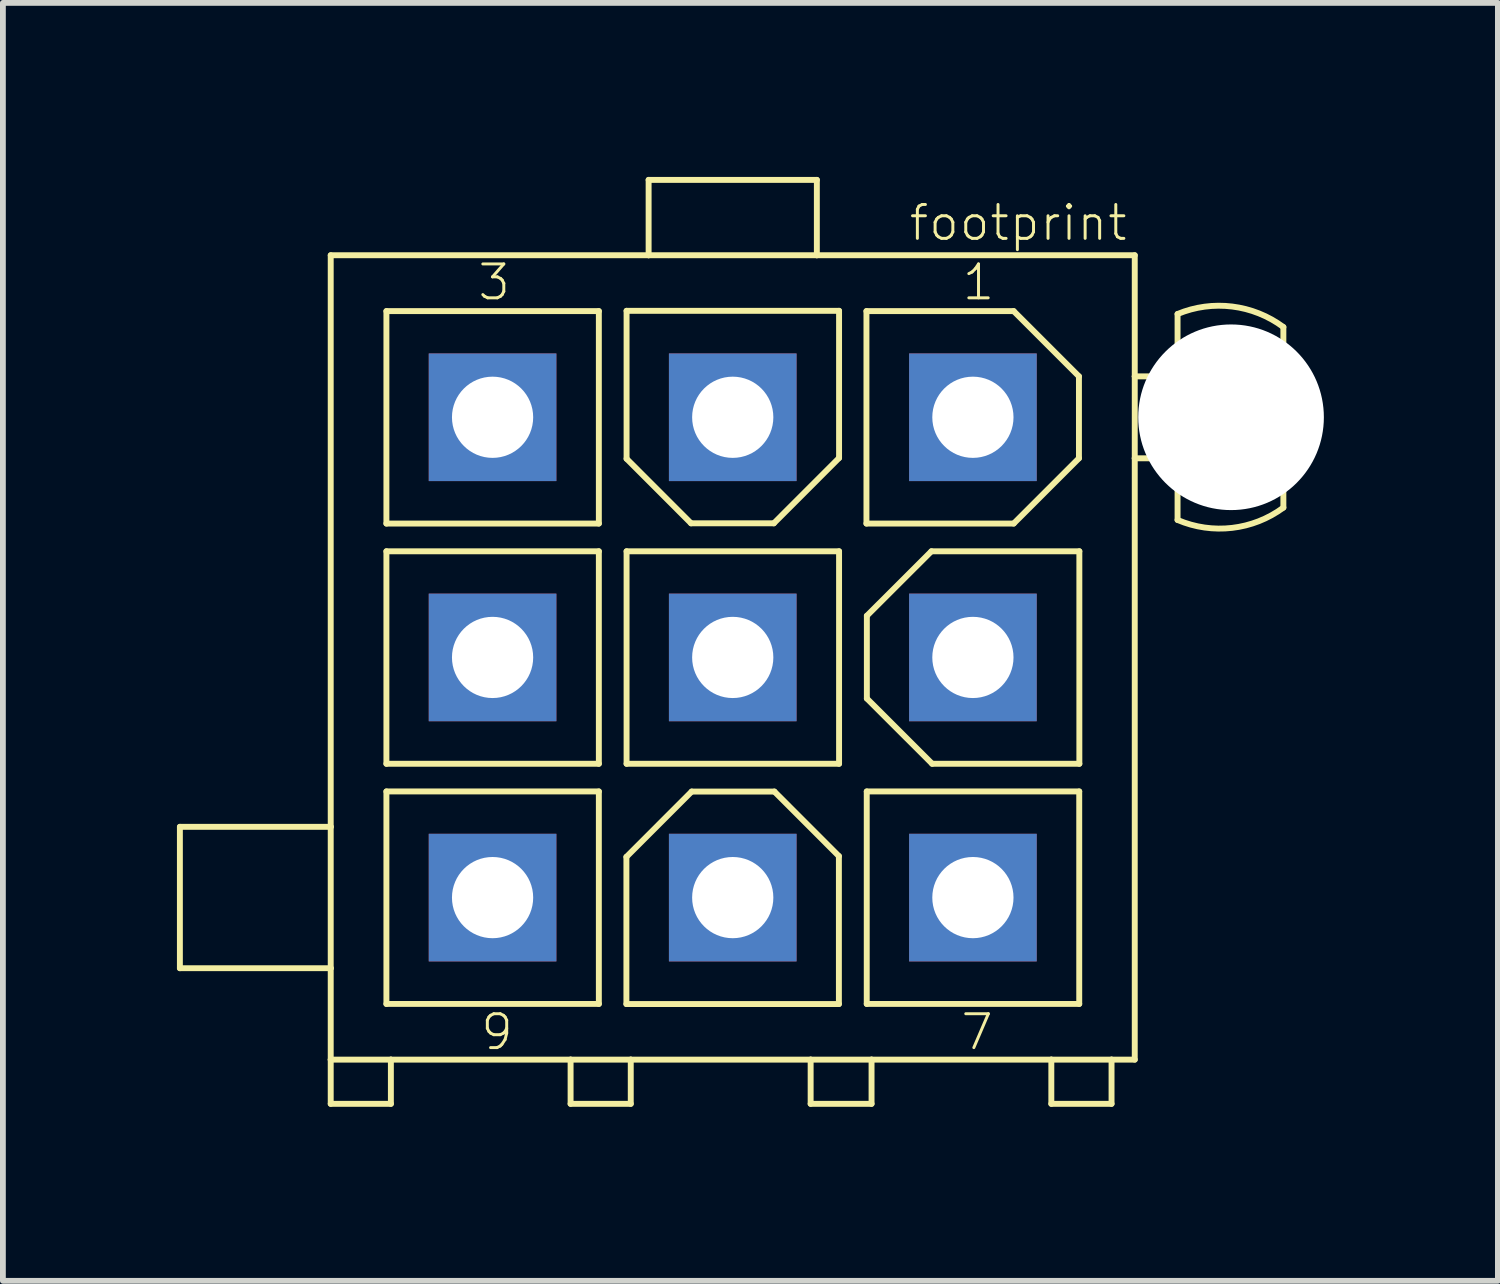
<source format=kicad_pcb>
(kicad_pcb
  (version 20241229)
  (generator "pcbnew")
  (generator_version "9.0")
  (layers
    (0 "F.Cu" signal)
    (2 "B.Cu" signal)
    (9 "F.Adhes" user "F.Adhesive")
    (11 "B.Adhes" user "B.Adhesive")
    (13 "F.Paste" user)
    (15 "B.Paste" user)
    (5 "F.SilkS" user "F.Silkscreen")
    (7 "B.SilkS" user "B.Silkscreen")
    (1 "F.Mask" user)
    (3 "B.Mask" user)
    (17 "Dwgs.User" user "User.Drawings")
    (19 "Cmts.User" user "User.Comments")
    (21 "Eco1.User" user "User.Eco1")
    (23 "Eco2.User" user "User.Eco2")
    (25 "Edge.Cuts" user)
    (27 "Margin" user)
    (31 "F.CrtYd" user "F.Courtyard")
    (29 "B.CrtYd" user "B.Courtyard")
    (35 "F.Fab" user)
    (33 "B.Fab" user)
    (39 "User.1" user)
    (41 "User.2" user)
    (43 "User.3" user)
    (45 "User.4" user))
  (footprint "footprint"
    (layer "F.Cu")
    (at 9.581 8.283)
    (property "Reference" "footprint" (at 3.01 -7.15 0) (layer "F.SilkS") (effects (font (size 0.584 0.584) (thickness 0.051)) (justify left bottom)))
    (fp_line (start -9.53 2.92) (end -9.53 5.357) (stroke (width 0.102) (type solid)) (layer "F.SilkS"))
    (fp_line (start -9.53 5.357) (end -6.93 5.357) (stroke (width 0.102) (type solid)) (layer "F.SilkS"))
    (fp_line (start -6.93 -6.933) (end -1.45 -6.933) (stroke (width 0.102) (type solid)) (layer "F.SilkS"))
    (fp_line (start -6.93 2.92) (end -9.53 2.92) (stroke (width 0.102) (type solid)) (layer "F.SilkS"))
    (fp_line (start -6.93 2.92) (end -6.93 -6.933) (stroke (width 0.102) (type solid)) (layer "F.SilkS"))
    (fp_line (start -6.93 5.357) (end -6.93 2.92) (stroke (width 0.102) (type solid)) (layer "F.SilkS"))
    (fp_line (start -6.93 6.933) (end -6.93 5.357) (stroke (width 0.102) (type solid)) (layer "F.SilkS"))
    (fp_line (start -6.93 6.933) (end -6.93 7.695) (stroke (width 0.102) (type solid)) (layer "F.SilkS"))
    (fp_line (start -6.93 7.695) (end -5.893 7.695) (stroke (width 0.102) (type solid)) (layer "F.SilkS"))
    (fp_line (start -5.97 -5.97) (end -2.308 -5.97) (stroke (width 0.102) (type solid)) (layer "F.SilkS"))
    (fp_line (start -5.97 -2.308) (end -5.97 -5.97) (stroke (width 0.102) (type solid)) (layer "F.SilkS"))
    (fp_line (start -5.97 -1.83) (end -2.308 -1.83) (stroke (width 0.102) (type solid)) (layer "F.SilkS"))
    (fp_line (start -5.97 1.833) (end -5.97 -1.83) (stroke (width 0.102) (type solid)) (layer "F.SilkS"))
    (fp_line (start -5.97 2.31) (end -2.308 2.31) (stroke (width 0.102) (type solid)) (layer "F.SilkS"))
    (fp_line (start -5.97 5.973) (end -5.97 2.31) (stroke (width 0.102) (type solid)) (layer "F.SilkS"))
    (fp_line (start -5.893 6.933) (end -6.93 6.933) (stroke (width 0.102) (type solid)) (layer "F.SilkS"))
    (fp_line (start -5.893 7.695) (end -5.893 6.933) (stroke (width 0.102) (type solid)) (layer "F.SilkS"))
    (fp_line (start -2.795 6.933) (end -5.893 6.933) (stroke (width 0.102) (type solid)) (layer "F.SilkS"))
    (fp_line (start -2.795 6.933) (end -2.795 7.695) (stroke (width 0.102) (type solid)) (layer "F.SilkS"))
    (fp_line (start -2.795 7.695) (end -1.758 7.695) (stroke (width 0.102) (type solid)) (layer "F.SilkS"))
    (fp_line (start -2.308 -5.97) (end -2.308 -2.308) (stroke (width 0.102) (type solid)) (layer "F.SilkS"))
    (fp_line (start -2.308 -2.308) (end -5.97 -2.308) (stroke (width 0.102) (type solid)) (layer "F.SilkS"))
    (fp_line (start -2.308 -1.83) (end -2.308 1.833) (stroke (width 0.102) (type solid)) (layer "F.SilkS"))
    (fp_line (start -2.308 1.833) (end -5.97 1.833) (stroke (width 0.102) (type solid)) (layer "F.SilkS"))
    (fp_line (start -2.308 2.31) (end -2.308 5.973) (stroke (width 0.102) (type solid)) (layer "F.SilkS"))
    (fp_line (start -2.308 5.973) (end -5.97 5.973) (stroke (width 0.102) (type solid)) (layer "F.SilkS"))
    (fp_line (start -1.833 3.438) (end -0.708 2.312) (stroke (width 0.102) (type solid)) (layer "F.SilkS"))
    (fp_line (start -1.833 5.975) (end -1.833 3.438) (stroke (width 0.102) (type solid)) (layer "F.SilkS"))
    (fp_line (start -1.83 -5.975) (end 1.833 -5.975) (stroke (width 0.102) (type solid)) (layer "F.SilkS"))
    (fp_line (start -1.83 -3.425) (end -1.83 -5.975) (stroke (width 0.102) (type solid)) (layer "F.SilkS"))
    (fp_line (start -1.83 -1.83) (end 1.833 -1.83) (stroke (width 0.102) (type solid)) (layer "F.SilkS"))
    (fp_line (start -1.83 1.833) (end -1.83 -1.83) (stroke (width 0.102) (type solid)) (layer "F.SilkS"))
    (fp_line (start -1.758 6.933) (end -2.795 6.933) (stroke (width 0.102) (type solid)) (layer "F.SilkS"))
    (fp_line (start -1.758 7.695) (end -1.758 6.933) (stroke (width 0.102) (type solid)) (layer "F.SilkS"))
    (fp_line (start -1.45 -8.232) (end 1.45 -8.232) (stroke (width 0.102) (type solid)) (layer "F.SilkS"))
    (fp_line (start -1.45 -6.933) (end -1.45 -8.232) (stroke (width 0.102) (type solid)) (layer "F.SilkS"))
    (fp_line (start -1.45 -6.933) (end 1.45 -6.933) (stroke (width 0.102) (type solid)) (layer "F.SilkS"))
    (fp_line (start -0.718 -2.312) (end -1.83 -3.425) (stroke (width 0.102) (type solid)) (layer "F.SilkS"))
    (fp_line (start -0.708 2.312) (end 0.718 2.312) (stroke (width 0.102) (type solid)) (layer "F.SilkS"))
    (fp_line (start 0.708 -2.312) (end -0.718 -2.312) (stroke (width 0.102) (type solid)) (layer "F.SilkS"))
    (fp_line (start 0.718 2.312) (end 1.83 3.425) (stroke (width 0.102) (type solid)) (layer "F.SilkS"))
    (fp_line (start 1.343 6.933) (end -1.758 6.933) (stroke (width 0.102) (type solid)) (layer "F.SilkS"))
    (fp_line (start 1.343 6.933) (end 1.343 7.695) (stroke (width 0.102) (type solid)) (layer "F.SilkS"))
    (fp_line (start 1.343 7.695) (end 2.393 7.695) (stroke (width 0.102) (type solid)) (layer "F.SilkS"))
    (fp_line (start 1.45 -8.232) (end 1.45 -6.933) (stroke (width 0.102) (type solid)) (layer "F.SilkS"))
    (fp_line (start 1.45 -6.933) (end 6.93 -6.933) (stroke (width 0.102) (type solid)) (layer "F.SilkS"))
    (fp_line (start 1.83 3.425) (end 1.83 5.975) (stroke (width 0.102) (type solid)) (layer "F.SilkS"))
    (fp_line (start 1.83 5.975) (end -1.833 5.975) (stroke (width 0.102) (type solid)) (layer "F.SilkS"))
    (fp_line (start 1.833 -5.975) (end 1.833 -3.438) (stroke (width 0.102) (type solid)) (layer "F.SilkS"))
    (fp_line (start 1.833 -3.438) (end 0.708 -2.312) (stroke (width 0.102) (type solid)) (layer "F.SilkS"))
    (fp_line (start 1.833 -1.83) (end 1.833 1.833) (stroke (width 0.102) (type solid)) (layer "F.SilkS"))
    (fp_line (start 1.833 1.833) (end -1.83 1.833) (stroke (width 0.102) (type solid)) (layer "F.SilkS"))
    (fp_line (start 2.305 -5.97) (end 2.305 -2.308) (stroke (width 0.102) (type solid)) (layer "F.SilkS"))
    (fp_line (start 2.305 -2.308) (end 4.843 -2.308) (stroke (width 0.102) (type solid)) (layer "F.SilkS"))
    (fp_line (start 2.31 2.31) (end 5.973 2.31) (stroke (width 0.102) (type solid)) (layer "F.SilkS"))
    (fp_line (start 2.31 5.973) (end 2.31 2.31) (stroke (width 0.102) (type solid)) (layer "F.SilkS"))
    (fp_line (start 2.312 -0.718) (end 3.425 -1.83) (stroke (width 0.102) (type solid)) (layer "F.SilkS"))
    (fp_line (start 2.312 0.708) (end 2.312 -0.718) (stroke (width 0.102) (type solid)) (layer "F.SilkS"))
    (fp_line (start 2.393 6.933) (end 1.343 6.933) (stroke (width 0.102) (type solid)) (layer "F.SilkS"))
    (fp_line (start 2.393 7.695) (end 2.393 6.933) (stroke (width 0.102) (type solid)) (layer "F.SilkS"))
    (fp_line (start 3.425 -1.83) (end 5.975 -1.83) (stroke (width 0.102) (type solid)) (layer "F.SilkS"))
    (fp_line (start 3.438 1.833) (end 2.312 0.708) (stroke (width 0.102) (type solid)) (layer "F.SilkS"))
    (fp_line (start 4.843 -5.97) (end 2.305 -5.97) (stroke (width 0.102) (type solid)) (layer "F.SilkS"))
    (fp_line (start 4.843 -2.308) (end 5.968 -3.433) (stroke (width 0.102) (type solid)) (layer "F.SilkS"))
    (fp_line (start 5.492 6.933) (end 2.393 6.933) (stroke (width 0.102) (type solid)) (layer "F.SilkS"))
    (fp_line (start 5.492 6.933) (end 5.492 7.695) (stroke (width 0.102) (type solid)) (layer "F.SilkS"))
    (fp_line (start 5.492 7.695) (end 6.53 7.695) (stroke (width 0.102) (type solid)) (layer "F.SilkS"))
    (fp_line (start 5.968 -4.845) (end 4.843 -5.97) (stroke (width 0.102) (type solid)) (layer "F.SilkS"))
    (fp_line (start 5.968 -3.433) (end 5.968 -4.845) (stroke (width 0.102) (type solid)) (layer "F.SilkS"))
    (fp_line (start 5.973 2.31) (end 5.973 5.973) (stroke (width 0.102) (type solid)) (layer "F.SilkS"))
    (fp_line (start 5.973 5.973) (end 2.31 5.973) (stroke (width 0.102) (type solid)) (layer "F.SilkS"))
    (fp_line (start 5.975 -1.83) (end 5.975 1.833) (stroke (width 0.102) (type solid)) (layer "F.SilkS"))
    (fp_line (start 5.975 1.833) (end 3.438 1.833) (stroke (width 0.102) (type solid)) (layer "F.SilkS"))
    (fp_line (start 6.53 6.933) (end 5.492 6.933) (stroke (width 0.102) (type solid)) (layer "F.SilkS"))
    (fp_line (start 6.53 7.695) (end 6.53 6.933) (stroke (width 0.102) (type solid)) (layer "F.SilkS"))
    (fp_line (start 6.93 -6.933) (end 6.93 -4.845) (stroke (width 0.102) (type solid)) (layer "F.SilkS"))
    (fp_line (start 6.93 -4.845) (end 6.93 -3.433) (stroke (width 0.102) (type solid)) (layer "F.SilkS"))
    (fp_line (start 6.93 -4.845) (end 7.668 -4.845) (stroke (width 0.102) (type solid)) (layer "F.SilkS"))
    (fp_line (start 6.93 -3.433) (end 6.93 6.933) (stroke (width 0.102) (type solid)) (layer "F.SilkS"))
    (fp_line (start 6.93 6.933) (end 6.53 6.933) (stroke (width 0.102) (type solid)) (layer "F.SilkS"))
    (fp_line (start 7.668 -4.845) (end 7.668 -4.832) (stroke (width 0.102) (type solid)) (layer "F.SilkS"))
    (fp_line (start 7.668 -4.832) (end 7.668 -5.92) (stroke (width 0.102) (type solid)) (layer "F.SilkS"))
    (fp_line (start 7.668 -4.832) (end 7.668 -3.445) (stroke (width 0.102) (type solid)) (layer "F.SilkS"))
    (fp_line (start 7.668 -3.445) (end 7.668 -3.433) (stroke (width 0.102) (type solid)) (layer "F.SilkS"))
    (fp_line (start 7.668 -3.433) (end 6.93 -3.433) (stroke (width 0.102) (type solid)) (layer "F.SilkS"))
    (fp_line (start 7.668 -2.37) (end 7.668 -3.445) (stroke (width 0.102) (type solid)) (layer "F.SilkS"))
    (fp_line (start 9.492 -5.695) (end 9.492 -2.583) (stroke (width 0.102) (type solid)) (layer "F.SilkS"))
    (fp_arc (start 7.6675 -5.92) (mid 8.609769 -6.048957) (end 9.4925 -5.695) (stroke (width 0.1016) (type solid)) (layer "F.SilkS"))
    (fp_arc (start 9.492499 -2.5825) (mid 8.608301 -2.233192) (end 7.6675 -2.37) (stroke (width 0.1016) (type solid)) (layer "F.SilkS"))
    (fp_text user "1" (at 3.925 -6.125 0) (layer "F.SilkS") (effects (font (size 0.584 0.584) (thickness 0.051)) (justify left bottom)))
    (fp_text user "3" (at -4.425 -6.125 0) (layer "F.SilkS") (effects (font (size 0.584 0.584) (thickness 0.051)) (justify left bottom)))
    (fp_text user "9" (at -4.375 6.8 0) (layer "F.SilkS") (effects (font (size 0.584 0.584) (thickness 0.051)) (justify left bottom)))
    (fp_text user "7" (at 3.9 6.8 0) (layer "F.SilkS") (effects (font (size 0.584 0.584) (thickness 0.051)) (justify left bottom)))
    (pad "" np_thru_hole circle (at 8.59 -4.14) (size 3.2 3.2) (drill 3.2) (layers "*.Cu" "*.Mask"))
    (pad "1" thru_hole rect (at 4.14 -4.14) (size 2.2 2.2) (drill 1.4) (layers "*.Cu" "*.Mask"))
    (pad "2" thru_hole rect (at 0 -4.14) (size 2.2 2.2) (drill 1.4) (layers "*.Cu" "*.Mask"))
    (pad "3" thru_hole rect (at -4.14 -4.14) (size 2.2 2.2) (drill 1.4) (layers "*.Cu" "*.Mask"))
    (pad "4" thru_hole rect (at 4.14 0) (size 2.2 2.2) (drill 1.4) (layers "*.Cu" "*.Mask"))
    (pad "5" thru_hole rect (at 0 0) (size 2.2 2.2) (drill 1.4) (layers "*.Cu" "*.Mask"))
    (pad "6" thru_hole rect (at -4.14 0) (size 2.2 2.2) (drill 1.4) (layers "*.Cu" "*.Mask"))
    (pad "7" thru_hole rect (at 4.14 4.14) (size 2.2 2.2) (drill 1.4) (layers "*.Cu" "*.Mask"))
    (pad "8" thru_hole rect (at 0 4.14 270) (size 2.2 2.2) (drill 1.4) (layers "*.Cu" "*.Mask"))
    (pad "9" thru_hole rect (at -4.14 4.14) (size 2.2 2.2) (drill 1.4) (layers "*.Cu" "*.Mask")))
  (gr_rect
    (start -3 -3)
    (end 22.771 19.029)
    (stroke (width 0.1) (type default))
    (fill no)
    (layer "Edge.Cuts")))
</source>
